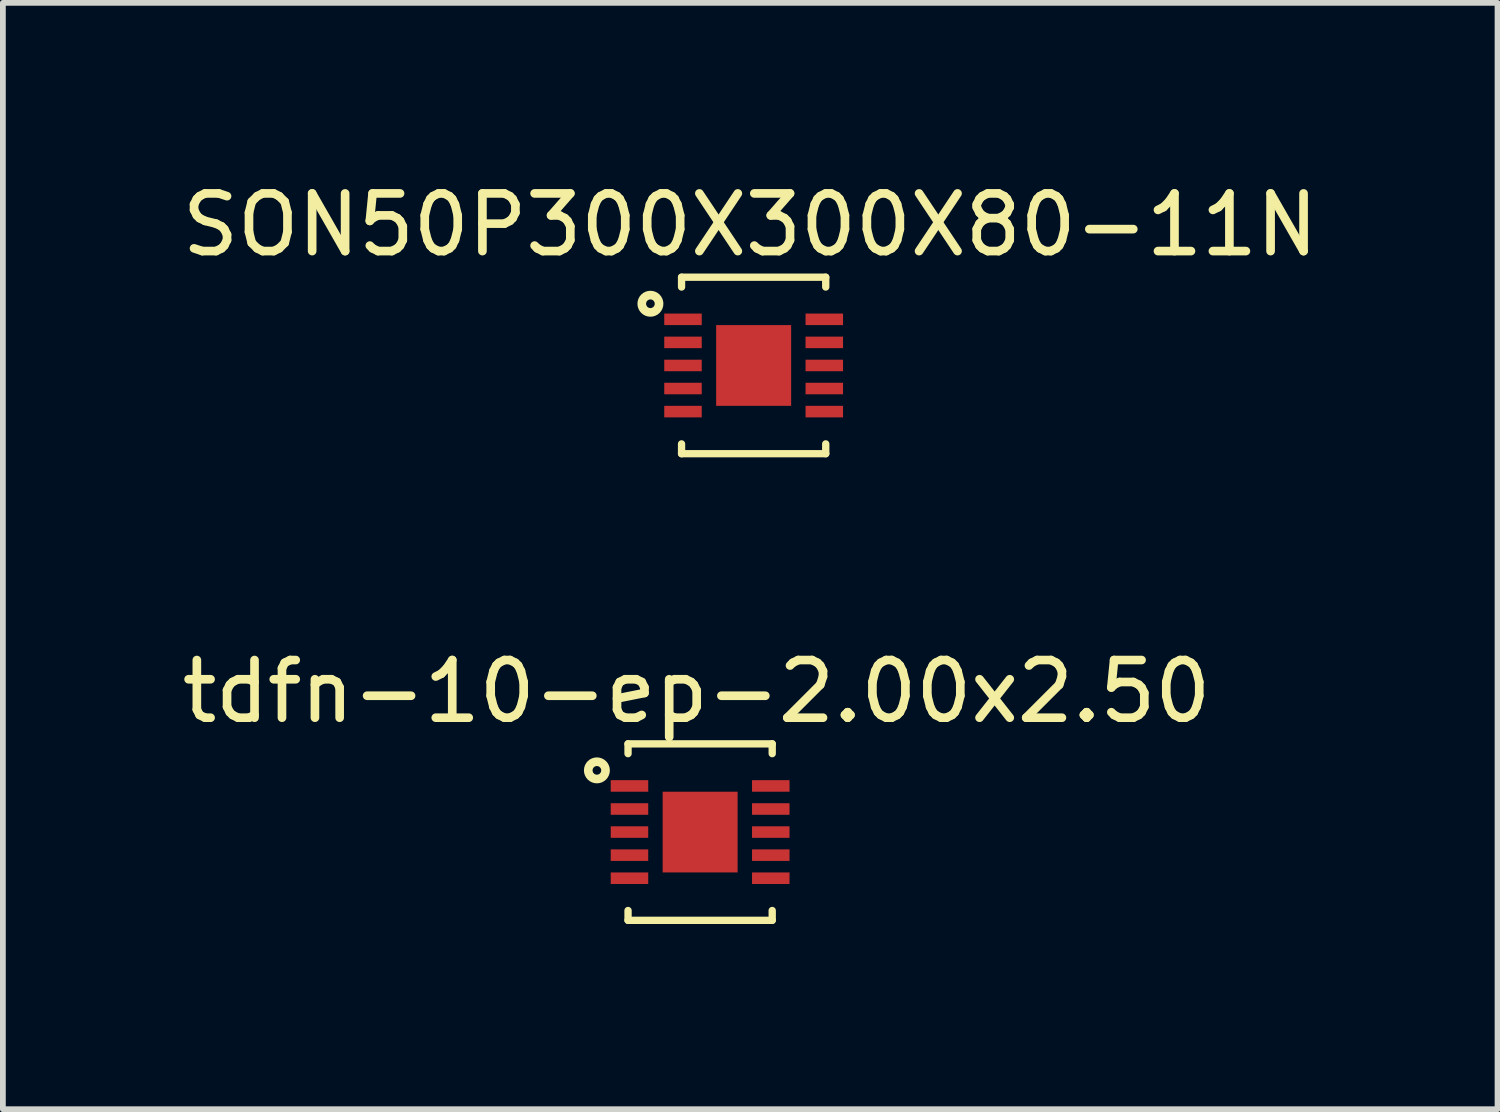
<source format=kicad_pcb>
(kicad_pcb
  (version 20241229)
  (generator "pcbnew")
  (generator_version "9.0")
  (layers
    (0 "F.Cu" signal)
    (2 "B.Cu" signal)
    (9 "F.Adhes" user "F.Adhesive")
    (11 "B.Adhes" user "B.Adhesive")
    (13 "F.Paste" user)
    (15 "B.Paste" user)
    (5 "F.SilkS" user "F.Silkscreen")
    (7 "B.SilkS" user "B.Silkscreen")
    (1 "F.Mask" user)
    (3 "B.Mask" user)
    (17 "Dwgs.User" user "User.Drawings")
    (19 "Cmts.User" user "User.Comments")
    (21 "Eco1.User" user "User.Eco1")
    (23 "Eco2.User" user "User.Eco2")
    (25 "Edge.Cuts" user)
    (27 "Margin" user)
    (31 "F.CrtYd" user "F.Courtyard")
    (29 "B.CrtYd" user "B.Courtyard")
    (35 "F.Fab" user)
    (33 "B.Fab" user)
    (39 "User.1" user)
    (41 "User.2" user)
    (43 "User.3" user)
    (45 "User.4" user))
  (footprint "tdfn-10-ep-2.00x2.50"
    (layer "F.Cu")
    (at 9.09 11.378)
    (property "Reference" "tdfn-10-ep-2.00x2.50" (at -0.06 -2.438 0) (layer "F.SilkS") (effects (font (size 1 1) (thickness 0.15))))
    (attr smd)
    (fp_line (start -1.25 -1.53) (end 1.25 -1.53) (stroke (width 0.127) (type solid)) (layer "F.SilkS"))
    (fp_line (start -1.25 -1.36) (end -1.25 -1.53) (stroke (width 0.127) (type solid)) (layer "F.SilkS"))
    (fp_line (start -1.25 1.36) (end -1.25 1.53) (stroke (width 0.127) (type solid)) (layer "F.SilkS"))
    (fp_line (start -1.25 1.53) (end 1.25 1.53) (stroke (width 0.127) (type solid)) (layer "F.SilkS"))
    (fp_line (start 1.25 -1.53) (end 1.25 -1.36) (stroke (width 0.127) (type solid)) (layer "F.SilkS"))
    (fp_line (start 1.25 1.53) (end 1.25 1.36) (stroke (width 0.127) (type solid)) (layer "F.SilkS"))
    (fp_circle (center -1.79 -1.07) (end -1.64 -1.07) (stroke (width 0.15) (type solid)) (fill no) (layer "F.SilkS"))
    (fp_poly (pts (xy -0.6 -0.64) (xy -0.06 -0.64) (xy -0.06 -0.07) (xy -0.6 -0.07)) (stroke (width 0) (type solid)) (fill yes) (layer "F.Paste"))
    (fp_poly (pts (xy -0.6 0.06) (xy -0.06 0.06) (xy -0.06 0.63) (xy -0.6 0.63)) (stroke (width 0) (type solid)) (fill yes) (layer "F.Paste"))
    (fp_poly (pts (xy 0.05 -0.64) (xy 0.59 -0.64) (xy 0.59 -0.07) (xy 0.05 -0.07)) (stroke (width 0) (type solid)) (fill yes) (layer "F.Paste"))
    (fp_poly (pts (xy 0.05 0.06) (xy 0.59 0.06) (xy 0.59 0.63) (xy 0.05 0.63)) (stroke (width 0) (type solid)) (fill yes) (layer "F.Paste"))
    (fp_line (start -2.1 -1.39) (end -1.78 -1.39) (stroke (width 0.05) (type solid)) (layer "Eco1.User"))
    (fp_line (start -2.1 1.39) (end -2.1 -1.39) (stroke (width 0.05) (type solid)) (layer "Eco1.User"))
    (fp_line (start -1.78 -1.78) (end 1.78 -1.78) (stroke (width 0.05) (type solid)) (layer "Eco1.User"))
    (fp_line (start -1.78 -1.39) (end -1.78 -1.78) (stroke (width 0.05) (type solid)) (layer "Eco1.User"))
    (fp_line (start -1.78 1.39) (end -2.1 1.39) (stroke (width 0.05) (type solid)) (layer "Eco1.User"))
    (fp_line (start -1.78 1.78) (end -1.78 1.39) (stroke (width 0.05) (type solid)) (layer "Eco1.User"))
    (fp_line (start 1.78 -1.78) (end 1.78 -1.39) (stroke (width 0.05) (type solid)) (layer "Eco1.User"))
    (fp_line (start 1.78 -1.39) (end 2.1 -1.39) (stroke (width 0.05) (type solid)) (layer "Eco1.User"))
    (fp_line (start 1.78 1.39) (end 1.78 1.78) (stroke (width 0.05) (type solid)) (layer "Eco1.User"))
    (fp_line (start 1.78 1.78) (end -1.78 1.78) (stroke (width 0.05) (type solid)) (layer "Eco1.User"))
    (fp_line (start 2.1 -1.39) (end 2.1 1.39) (stroke (width 0.05) (type solid)) (layer "Eco1.User"))
    (fp_line (start 2.1 1.39) (end 1.78 1.39) (stroke (width 0.05) (type solid)) (layer "Eco1.User"))
    (fp_line (start -1.53 -1.53) (end 1.53 -1.53) (stroke (width 0.127) (type solid)) (layer "Eco2.User"))
    (fp_line (start -1.53 1.53) (end -1.53 -1.53) (stroke (width 0.127) (type solid)) (layer "Eco2.User"))
    (fp_line (start 1.53 -1.53) (end 1.53 1.53) (stroke (width 0.127) (type solid)) (layer "Eco2.User"))
    (fp_line (start 1.53 1.53) (end -1.53 1.53) (stroke (width 0.127) (type solid)) (layer "Eco2.User"))
    (pad "1" smd rect (at -1.225 -0.8) (size 0.65 0.2) (layers "F.Cu" "F.Mask" "F.Paste"))
    (pad "2" smd rect (at -1.225 -0.4) (size 0.65 0.2) (layers "F.Cu" "F.Mask" "F.Paste"))
    (pad "3" smd rect (at -1.225 0) (size 0.65 0.2) (layers "F.Cu" "F.Mask" "F.Paste"))
    (pad "4" smd rect (at -1.225 0.4) (size 0.65 0.2) (layers "F.Cu" "F.Mask" "F.Paste"))
    (pad "5" smd rect (at -1.225 0.8) (size 0.65 0.2) (layers "F.Cu" "F.Mask" "F.Paste"))
    (pad "6" smd rect (at 1.225 0.8 180) (size 0.65 0.2) (layers "F.Cu" "F.Mask" "F.Paste"))
    (pad "7" smd rect (at 1.225 0.4 180) (size 0.65 0.2) (layers "F.Cu" "F.Mask" "F.Paste"))
    (pad "8" smd rect (at 1.225 0 180) (size 0.65 0.2) (layers "F.Cu" "F.Mask" "F.Paste"))
    (pad "9" smd rect (at 1.225 -0.4 180) (size 0.65 0.2) (layers "F.Cu" "F.Mask" "F.Paste"))
    (pad "10" smd rect (at 1.225 -0.8 180) (size 0.65 0.2) (layers "F.Cu" "F.Mask" "F.Paste"))
    (pad "11" smd rect (at 0 0) (size 1.3 1.4) (layers "F.Cu" "F.Mask" "F.Paste")))
  (footprint "SON50P300X300X80-11N"
    (layer "F.Cu")
    (at 10.018 3.287)
    (property "Reference" "SON50P300X300X80-11N" (at -0.06 -2.438 0) (layer "F.SilkS") (effects (font (size 1 1) (thickness 0.15))))
    (attr smd)
    (fp_line (start -1.25 -1.53) (end 1.25 -1.53) (stroke (width 0.127) (type solid)) (layer "F.SilkS"))
    (fp_line (start -1.25 -1.36) (end -1.25 -1.53) (stroke (width 0.127) (type solid)) (layer "F.SilkS"))
    (fp_line (start -1.25 1.36) (end -1.25 1.53) (stroke (width 0.127) (type solid)) (layer "F.SilkS"))
    (fp_line (start -1.25 1.53) (end 1.25 1.53) (stroke (width 0.127) (type solid)) (layer "F.SilkS"))
    (fp_line (start 1.25 -1.53) (end 1.25 -1.36) (stroke (width 0.127) (type solid)) (layer "F.SilkS"))
    (fp_line (start 1.25 1.53) (end 1.25 1.36) (stroke (width 0.127) (type solid)) (layer "F.SilkS"))
    (fp_circle (center -1.79 -1.07) (end -1.64 -1.07) (stroke (width 0.15) (type solid)) (fill no) (layer "F.SilkS"))
    (fp_poly (pts (xy -0.6 -0.64) (xy -0.06 -0.64) (xy -0.06 -0.07) (xy -0.6 -0.07)) (stroke (width 0) (type solid)) (fill yes) (layer "F.Paste"))
    (fp_poly (pts (xy -0.6 0.06) (xy -0.06 0.06) (xy -0.06 0.63) (xy -0.6 0.63)) (stroke (width 0) (type solid)) (fill yes) (layer "F.Paste"))
    (fp_poly (pts (xy 0.05 -0.64) (xy 0.59 -0.64) (xy 0.59 -0.07) (xy 0.05 -0.07)) (stroke (width 0) (type solid)) (fill yes) (layer "F.Paste"))
    (fp_poly (pts (xy 0.05 0.06) (xy 0.59 0.06) (xy 0.59 0.63) (xy 0.05 0.63)) (stroke (width 0) (type solid)) (fill yes) (layer "F.Paste"))
    (fp_line (start -2.1 -1.39) (end -1.78 -1.39) (stroke (width 0.05) (type solid)) (layer "Eco1.User"))
    (fp_line (start -2.1 1.39) (end -2.1 -1.39) (stroke (width 0.05) (type solid)) (layer "Eco1.User"))
    (fp_line (start -1.78 -1.78) (end 1.78 -1.78) (stroke (width 0.05) (type solid)) (layer "Eco1.User"))
    (fp_line (start -1.78 -1.39) (end -1.78 -1.78) (stroke (width 0.05) (type solid)) (layer "Eco1.User"))
    (fp_line (start -1.78 1.39) (end -2.1 1.39) (stroke (width 0.05) (type solid)) (layer "Eco1.User"))
    (fp_line (start -1.78 1.78) (end -1.78 1.39) (stroke (width 0.05) (type solid)) (layer "Eco1.User"))
    (fp_line (start 1.78 -1.78) (end 1.78 -1.39) (stroke (width 0.05) (type solid)) (layer "Eco1.User"))
    (fp_line (start 1.78 -1.39) (end 2.1 -1.39) (stroke (width 0.05) (type solid)) (layer "Eco1.User"))
    (fp_line (start 1.78 1.39) (end 1.78 1.78) (stroke (width 0.05) (type solid)) (layer "Eco1.User"))
    (fp_line (start 1.78 1.78) (end -1.78 1.78) (stroke (width 0.05) (type solid)) (layer "Eco1.User"))
    (fp_line (start 2.1 -1.39) (end 2.1 1.39) (stroke (width 0.05) (type solid)) (layer "Eco1.User"))
    (fp_line (start 2.1 1.39) (end 1.78 1.39) (stroke (width 0.05) (type solid)) (layer "Eco1.User"))
    (fp_line (start -1.53 -1.53) (end 1.53 -1.53) (stroke (width 0.127) (type solid)) (layer "Eco2.User"))
    (fp_line (start -1.53 1.53) (end -1.53 -1.53) (stroke (width 0.127) (type solid)) (layer "Eco2.User"))
    (fp_line (start 1.53 -1.53) (end 1.53 1.53) (stroke (width 0.127) (type solid)) (layer "Eco2.User"))
    (fp_line (start 1.53 1.53) (end -1.53 1.53) (stroke (width 0.127) (type solid)) (layer "Eco2.User"))
    (pad "1" smd rect (at -1.225 -0.8) (size 0.65 0.2) (layers "F.Cu" "F.Mask" "F.Paste"))
    (pad "2" smd rect (at -1.225 -0.4) (size 0.65 0.2) (layers "F.Cu" "F.Mask" "F.Paste"))
    (pad "3" smd rect (at -1.225 0) (size 0.65 0.2) (layers "F.Cu" "F.Mask" "F.Paste"))
    (pad "4" smd rect (at -1.225 0.4) (size 0.65 0.2) (layers "F.Cu" "F.Mask" "F.Paste"))
    (pad "5" smd rect (at -1.225 0.8) (size 0.65 0.2) (layers "F.Cu" "F.Mask" "F.Paste"))
    (pad "6" smd rect (at 1.225 0.8 180) (size 0.65 0.2) (layers "F.Cu" "F.Mask" "F.Paste"))
    (pad "7" smd rect (at 1.225 0.4 180) (size 0.65 0.2) (layers "F.Cu" "F.Mask" "F.Paste"))
    (pad "8" smd rect (at 1.225 0 180) (size 0.65 0.2) (layers "F.Cu" "F.Mask" "F.Paste"))
    (pad "9" smd rect (at 1.225 -0.4 180) (size 0.65 0.2) (layers "F.Cu" "F.Mask" "F.Paste"))
    (pad "10" smd rect (at 1.225 -0.8 180) (size 0.65 0.2) (layers "F.Cu" "F.Mask" "F.Paste"))
    (pad "11" smd rect (at 0 0) (size 1.3 1.4) (layers "F.Cu" "F.Mask" "F.Paste")))
  (gr_rect
    (start -3 -3)
    (end 22.917 16.183)
    (stroke (width 0.1) (type default))
    (fill no)
    (layer "Edge.Cuts")))
</source>
